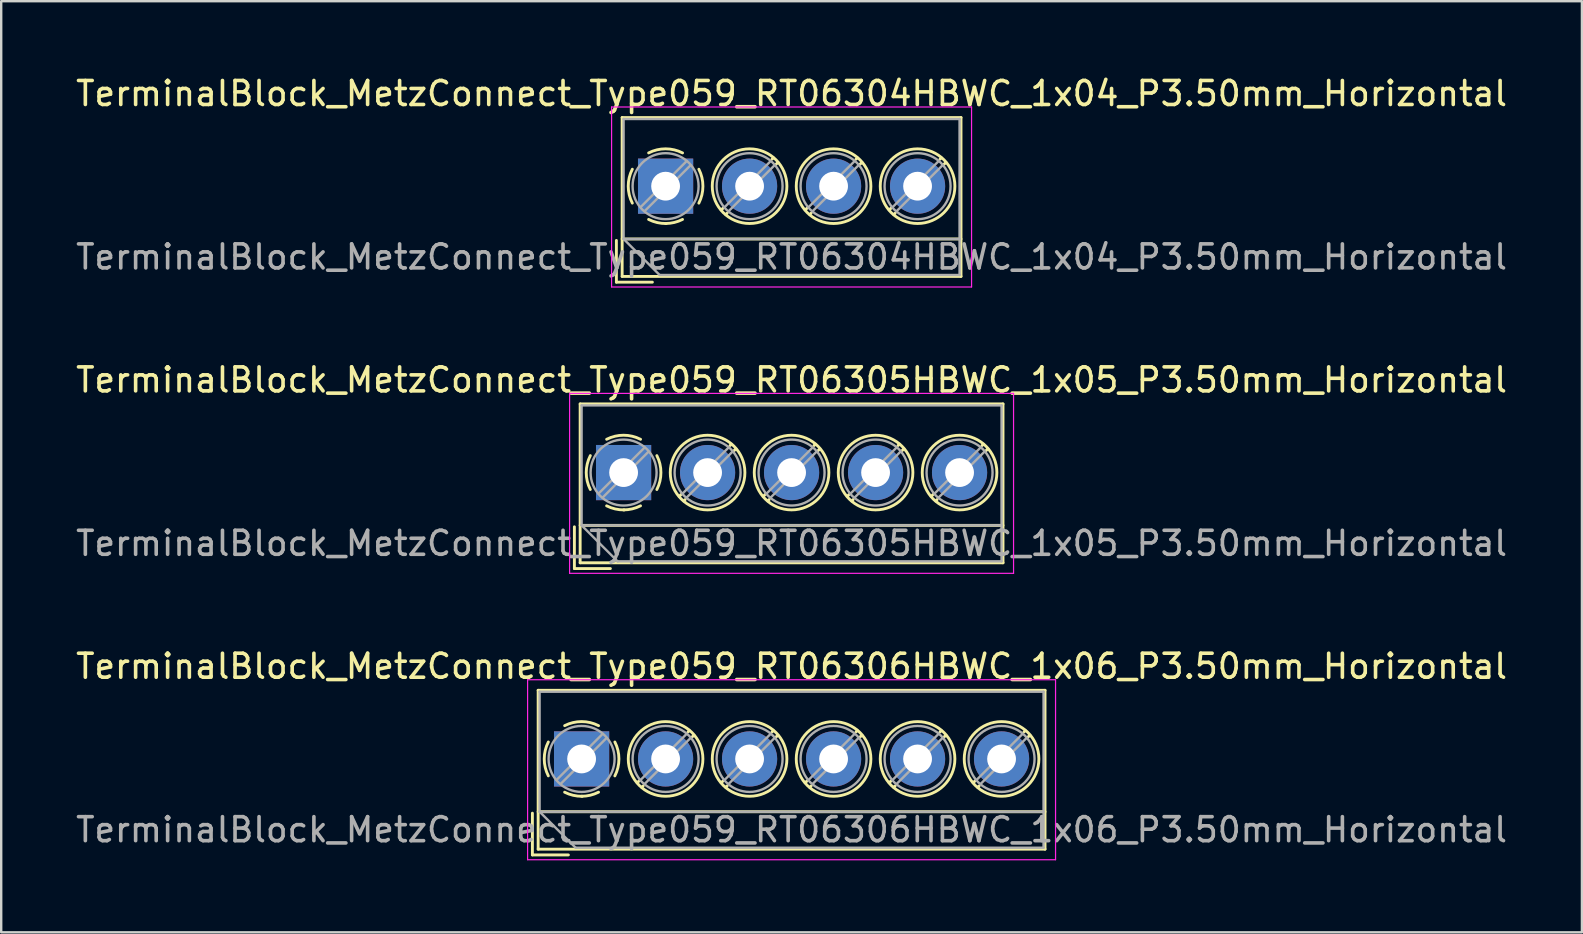
<source format=kicad_pcb>
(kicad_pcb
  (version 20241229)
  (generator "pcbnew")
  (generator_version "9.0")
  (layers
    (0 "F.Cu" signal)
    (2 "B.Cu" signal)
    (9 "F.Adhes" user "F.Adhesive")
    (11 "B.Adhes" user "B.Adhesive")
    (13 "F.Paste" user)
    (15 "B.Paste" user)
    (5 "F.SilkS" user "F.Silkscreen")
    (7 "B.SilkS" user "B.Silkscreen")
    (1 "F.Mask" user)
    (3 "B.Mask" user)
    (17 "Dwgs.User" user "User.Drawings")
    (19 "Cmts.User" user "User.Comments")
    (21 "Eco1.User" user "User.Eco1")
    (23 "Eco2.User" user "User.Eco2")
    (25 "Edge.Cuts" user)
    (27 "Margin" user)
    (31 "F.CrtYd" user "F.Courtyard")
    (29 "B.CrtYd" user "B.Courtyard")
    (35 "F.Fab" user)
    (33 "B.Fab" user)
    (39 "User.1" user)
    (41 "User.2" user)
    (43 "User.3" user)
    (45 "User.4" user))
  (footprint "TerminalBlock_MetzConnect_Type059_RT06306HBWC_1x06_P3.50mm_Horizontal"
    (layer "F.Cu")
    (at 21.185 28.575)
    (property "Reference" "TerminalBlock_MetzConnect_Type059_RT06306HBWC_1x06_P3.50mm_Horizontal" (at 8.75 -3.86 0) (layer "F.SilkS") (effects (font (size 1 1) (thickness 0.15))))
    (attr through_hole)
    (fp_line (start -2.05 2.26) (end -2.05 4) (stroke (width 0.12) (type solid)) (layer "F.SilkS"))
    (fp_line (start -2.05 4) (end -0.55 4) (stroke (width 0.12) (type solid)) (layer "F.SilkS"))
    (fp_line (start -1.81 -2.86) (end -1.81 3.76) (stroke (width 0.12) (type solid)) (layer "F.SilkS"))
    (fp_line (start -1.81 -2.86) (end 19.311 -2.86) (stroke (width 0.12) (type solid)) (layer "F.SilkS"))
    (fp_line (start -1.81 2.2) (end 19.311 2.2) (stroke (width 0.12) (type solid)) (layer "F.SilkS"))
    (fp_line (start -1.81 3.76) (end 19.311 3.76) (stroke (width 0.12) (type solid)) (layer "F.SilkS"))
    (fp_line (start 2.397 0.914) (end 2.321 0.99) (stroke (width 0.12) (type solid)) (layer "F.SilkS"))
    (fp_line (start 2.565 1.125) (end 2.511 1.18) (stroke (width 0.12) (type solid)) (layer "F.SilkS"))
    (fp_line (start 4.49 -1.18) (end 4.436 -1.126) (stroke (width 0.12) (type solid)) (layer "F.SilkS"))
    (fp_line (start 4.68 -0.99) (end 4.604 -0.914) (stroke (width 0.12) (type solid)) (layer "F.SilkS"))
    (fp_line (start 5.897 0.914) (end 5.821 0.99) (stroke (width 0.12) (type solid)) (layer "F.SilkS"))
    (fp_line (start 6.065 1.125) (end 6.011 1.18) (stroke (width 0.12) (type solid)) (layer "F.SilkS"))
    (fp_line (start 7.99 -1.18) (end 7.936 -1.126) (stroke (width 0.12) (type solid)) (layer "F.SilkS"))
    (fp_line (start 8.18 -0.99) (end 8.104 -0.914) (stroke (width 0.12) (type solid)) (layer "F.SilkS"))
    (fp_line (start 9.397 0.914) (end 9.321 0.99) (stroke (width 0.12) (type solid)) (layer "F.SilkS"))
    (fp_line (start 9.565 1.125) (end 9.511 1.18) (stroke (width 0.12) (type solid)) (layer "F.SilkS"))
    (fp_line (start 11.49 -1.18) (end 11.436 -1.126) (stroke (width 0.12) (type solid)) (layer "F.SilkS"))
    (fp_line (start 11.68 -0.99) (end 11.604 -0.914) (stroke (width 0.12) (type solid)) (layer "F.SilkS"))
    (fp_line (start 12.897 0.914) (end 12.821 0.99) (stroke (width 0.12) (type solid)) (layer "F.SilkS"))
    (fp_line (start 13.065 1.125) (end 13.011 1.18) (stroke (width 0.12) (type solid)) (layer "F.SilkS"))
    (fp_line (start 14.99 -1.18) (end 14.936 -1.126) (stroke (width 0.12) (type solid)) (layer "F.SilkS"))
    (fp_line (start 15.18 -0.99) (end 15.104 -0.914) (stroke (width 0.12) (type solid)) (layer "F.SilkS"))
    (fp_line (start 16.397 0.914) (end 16.321 0.99) (stroke (width 0.12) (type solid)) (layer "F.SilkS"))
    (fp_line (start 16.565 1.125) (end 16.511 1.18) (stroke (width 0.12) (type solid)) (layer "F.SilkS"))
    (fp_line (start 18.49 -1.18) (end 18.436 -1.126) (stroke (width 0.12) (type solid)) (layer "F.SilkS"))
    (fp_line (start 18.68 -0.99) (end 18.604 -0.914) (stroke (width 0.12) (type solid)) (layer "F.SilkS"))
    (fp_line (start 19.311 -2.86) (end 19.311 3.76) (stroke (width 0.12) (type solid)) (layer "F.SilkS"))
    (fp_arc (start -1.386645 0.705733) (mid -1.555906 -0.000711) (end -1.386 -0.707) (stroke (width 0.12) (type solid)) (layer "F.SilkS"))
    (fp_arc (start -0.705733 -1.386645) (mid 0.000711 -1.555906) (end 0.707 -1.386) (stroke (width 0.12) (type solid)) (layer "F.SilkS"))
    (fp_arc (start 0.026444 1.555682) (mid -0.350695 1.515869) (end -0.707 1.386) (stroke (width 0.12) (type solid)) (layer "F.SilkS"))
    (fp_arc (start 0.705955 1.385515) (mid 0.363007 1.512035) (end 0 1.555) (stroke (width 0.12) (type solid)) (layer "F.SilkS"))
    (fp_arc (start 1.386645 -0.705733) (mid 1.555906 0.000711) (end 1.386 0.707) (stroke (width 0.12) (type solid)) (layer "F.SilkS"))
    (fp_circle (center 3.5 0) (end 5.055 0) (stroke (width 0.12) (type solid)) (fill no) (layer "F.SilkS"))
    (fp_circle (center 7 0) (end 8.555 0) (stroke (width 0.12) (type solid)) (fill no) (layer "F.SilkS"))
    (fp_circle (center 10.5 0) (end 12.055 0) (stroke (width 0.12) (type solid)) (fill no) (layer "F.SilkS"))
    (fp_circle (center 14 0) (end 15.555 0) (stroke (width 0.12) (type solid)) (fill no) (layer "F.SilkS"))
    (fp_circle (center 17.5 0) (end 19.055 0) (stroke (width 0.12) (type solid)) (fill no) (layer "F.SilkS"))
    (fp_line (start -2.25 -3.3) (end -2.25 4.2) (stroke (width 0.05) (type solid)) (layer "F.CrtYd"))
    (fp_line (start -2.25 4.2) (end 19.75 4.2) (stroke (width 0.05) (type solid)) (layer "F.CrtYd"))
    (fp_line (start 19.75 -3.3) (end -2.25 -3.3) (stroke (width 0.05) (type solid)) (layer "F.CrtYd"))
    (fp_line (start 19.75 4.2) (end 19.75 -3.3) (stroke (width 0.05) (type solid)) (layer "F.CrtYd"))
    (fp_line (start -1.75 -2.8) (end 19.25 -2.8) (stroke (width 0.1) (type solid)) (layer "F.Fab"))
    (fp_line (start -1.75 2.2) (end -1.75 -2.8) (stroke (width 0.1) (type solid)) (layer "F.Fab"))
    (fp_line (start -1.75 2.2) (end 19.25 2.2) (stroke (width 0.1) (type solid)) (layer "F.Fab"))
    (fp_line (start -0.25 3.7) (end -1.75 2.2) (stroke (width 0.1) (type solid)) (layer "F.Fab"))
    (fp_line (start 0.876 -1.043) (end -1.043 0.875) (stroke (width 0.1) (type solid)) (layer "F.Fab"))
    (fp_line (start 1.043 -0.875) (end -0.876 1.043) (stroke (width 0.1) (type solid)) (layer "F.Fab"))
    (fp_line (start 4.376 -1.043) (end 2.458 0.875) (stroke (width 0.1) (type solid)) (layer "F.Fab"))
    (fp_line (start 4.543 -0.875) (end 2.625 1.043) (stroke (width 0.1) (type solid)) (layer "F.Fab"))
    (fp_line (start 7.876 -1.043) (end 5.958 0.875) (stroke (width 0.1) (type solid)) (layer "F.Fab"))
    (fp_line (start 8.043 -0.875) (end 6.125 1.043) (stroke (width 0.1) (type solid)) (layer "F.Fab"))
    (fp_line (start 11.376 -1.043) (end 9.458 0.875) (stroke (width 0.1) (type solid)) (layer "F.Fab"))
    (fp_line (start 11.543 -0.875) (end 9.625 1.043) (stroke (width 0.1) (type solid)) (layer "F.Fab"))
    (fp_line (start 14.876 -1.043) (end 12.958 0.875) (stroke (width 0.1) (type solid)) (layer "F.Fab"))
    (fp_line (start 15.043 -0.875) (end 13.125 1.043) (stroke (width 0.1) (type solid)) (layer "F.Fab"))
    (fp_line (start 18.376 -1.043) (end 16.458 0.875) (stroke (width 0.1) (type solid)) (layer "F.Fab"))
    (fp_line (start 18.543 -0.875) (end 16.625 1.043) (stroke (width 0.1) (type solid)) (layer "F.Fab"))
    (fp_line (start 19.25 -2.8) (end 19.25 3.7) (stroke (width 0.1) (type solid)) (layer "F.Fab"))
    (fp_line (start 19.25 3.7) (end -0.25 3.7) (stroke (width 0.1) (type solid)) (layer "F.Fab"))
    (fp_circle (center 0 0) (end 1.375 0) (stroke (width 0.1) (type solid)) (fill no) (layer "F.Fab"))
    (fp_circle (center 3.5 0) (end 4.875 0) (stroke (width 0.1) (type solid)) (fill no) (layer "F.Fab"))
    (fp_circle (center 7 0) (end 8.375 0) (stroke (width 0.1) (type solid)) (fill no) (layer "F.Fab"))
    (fp_circle (center 10.5 0) (end 11.875 0) (stroke (width 0.1) (type solid)) (fill no) (layer "F.Fab"))
    (fp_circle (center 14 0) (end 15.375 0) (stroke (width 0.1) (type solid)) (fill no) (layer "F.Fab"))
    (fp_circle (center 17.5 0) (end 18.875 0) (stroke (width 0.1) (type solid)) (fill no) (layer "F.Fab"))
    (fp_text user "${REFERENCE}" (at 8.75 2.95 0) (layer "F.Fab") (effects (font (size 1 1) (thickness 0.15))))
    (pad "1" thru_hole rect (at 0 0) (size 2.3 2.3) (drill 1.2) (layers "*.Cu" "*.Mask"))
    (pad "2" thru_hole circle (at 3.5 0) (size 2.3 2.3) (drill 1.2) (layers "*.Cu" "*.Mask"))
    (pad "3" thru_hole circle (at 7 0) (size 2.3 2.3) (drill 1.2) (layers "*.Cu" "*.Mask"))
    (pad "4" thru_hole circle (at 10.5 0) (size 2.3 2.3) (drill 1.2) (layers "*.Cu" "*.Mask"))
    (pad "5" thru_hole circle (at 14 0) (size 2.3 2.3) (drill 1.2) (layers "*.Cu" "*.Mask"))
    (pad "6" thru_hole circle (at 17.5 0) (size 2.3 2.3) (drill 1.2) (layers "*.Cu" "*.Mask")))
  (footprint "TerminalBlock_MetzConnect_Type059_RT06305HBWC_1x05_P3.50mm_Horizontal"
    (layer "F.Cu")
    (at 22.935 16.642)
    (property "Reference" "TerminalBlock_MetzConnect_Type059_RT06305HBWC_1x05_P3.50mm_Horizontal" (at 7 -3.86 0) (layer "F.SilkS") (effects (font (size 1 1) (thickness 0.15))))
    (attr through_hole)
    (fp_line (start -2.05 2.26) (end -2.05 4) (stroke (width 0.12) (type solid)) (layer "F.SilkS"))
    (fp_line (start -2.05 4) (end -0.55 4) (stroke (width 0.12) (type solid)) (layer "F.SilkS"))
    (fp_line (start -1.81 -2.86) (end -1.81 3.76) (stroke (width 0.12) (type solid)) (layer "F.SilkS"))
    (fp_line (start -1.81 -2.86) (end 15.81 -2.86) (stroke (width 0.12) (type solid)) (layer "F.SilkS"))
    (fp_line (start -1.81 2.2) (end 15.81 2.2) (stroke (width 0.12) (type solid)) (layer "F.SilkS"))
    (fp_line (start -1.81 3.76) (end 15.81 3.76) (stroke (width 0.12) (type solid)) (layer "F.SilkS"))
    (fp_line (start 2.397 0.914) (end 2.321 0.99) (stroke (width 0.12) (type solid)) (layer "F.SilkS"))
    (fp_line (start 2.565 1.125) (end 2.511 1.18) (stroke (width 0.12) (type solid)) (layer "F.SilkS"))
    (fp_line (start 4.49 -1.18) (end 4.436 -1.126) (stroke (width 0.12) (type solid)) (layer "F.SilkS"))
    (fp_line (start 4.68 -0.99) (end 4.604 -0.914) (stroke (width 0.12) (type solid)) (layer "F.SilkS"))
    (fp_line (start 5.897 0.914) (end 5.821 0.99) (stroke (width 0.12) (type solid)) (layer "F.SilkS"))
    (fp_line (start 6.065 1.125) (end 6.011 1.18) (stroke (width 0.12) (type solid)) (layer "F.SilkS"))
    (fp_line (start 7.99 -1.18) (end 7.936 -1.126) (stroke (width 0.12) (type solid)) (layer "F.SilkS"))
    (fp_line (start 8.18 -0.99) (end 8.104 -0.914) (stroke (width 0.12) (type solid)) (layer "F.SilkS"))
    (fp_line (start 9.397 0.914) (end 9.321 0.99) (stroke (width 0.12) (type solid)) (layer "F.SilkS"))
    (fp_line (start 9.565 1.125) (end 9.511 1.18) (stroke (width 0.12) (type solid)) (layer "F.SilkS"))
    (fp_line (start 11.49 -1.18) (end 11.436 -1.126) (stroke (width 0.12) (type solid)) (layer "F.SilkS"))
    (fp_line (start 11.68 -0.99) (end 11.604 -0.914) (stroke (width 0.12) (type solid)) (layer "F.SilkS"))
    (fp_line (start 12.897 0.914) (end 12.821 0.99) (stroke (width 0.12) (type solid)) (layer "F.SilkS"))
    (fp_line (start 13.065 1.125) (end 13.011 1.18) (stroke (width 0.12) (type solid)) (layer "F.SilkS"))
    (fp_line (start 14.99 -1.18) (end 14.936 -1.126) (stroke (width 0.12) (type solid)) (layer "F.SilkS"))
    (fp_line (start 15.18 -0.99) (end 15.104 -0.914) (stroke (width 0.12) (type solid)) (layer "F.SilkS"))
    (fp_line (start 15.81 -2.86) (end 15.81 3.76) (stroke (width 0.12) (type solid)) (layer "F.SilkS"))
    (fp_arc (start -1.386645 0.705733) (mid -1.555906 -0.000711) (end -1.386 -0.707) (stroke (width 0.12) (type solid)) (layer "F.SilkS"))
    (fp_arc (start -0.705733 -1.386645) (mid 0.000711 -1.555906) (end 0.707 -1.386) (stroke (width 0.12) (type solid)) (layer "F.SilkS"))
    (fp_arc (start 0.026444 1.555682) (mid -0.350695 1.515869) (end -0.707 1.386) (stroke (width 0.12) (type solid)) (layer "F.SilkS"))
    (fp_arc (start 0.705955 1.385515) (mid 0.363007 1.512035) (end 0 1.555) (stroke (width 0.12) (type solid)) (layer "F.SilkS"))
    (fp_arc (start 1.386645 -0.705733) (mid 1.555906 0.000711) (end 1.386 0.707) (stroke (width 0.12) (type solid)) (layer "F.SilkS"))
    (fp_circle (center 3.5 0) (end 5.055 0) (stroke (width 0.12) (type solid)) (fill no) (layer "F.SilkS"))
    (fp_circle (center 7 0) (end 8.555 0) (stroke (width 0.12) (type solid)) (fill no) (layer "F.SilkS"))
    (fp_circle (center 10.5 0) (end 12.055 0) (stroke (width 0.12) (type solid)) (fill no) (layer "F.SilkS"))
    (fp_circle (center 14 0) (end 15.555 0) (stroke (width 0.12) (type solid)) (fill no) (layer "F.SilkS"))
    (fp_line (start -2.25 -3.3) (end -2.25 4.2) (stroke (width 0.05) (type solid)) (layer "F.CrtYd"))
    (fp_line (start -2.25 4.2) (end 16.25 4.2) (stroke (width 0.05) (type solid)) (layer "F.CrtYd"))
    (fp_line (start 16.25 -3.3) (end -2.25 -3.3) (stroke (width 0.05) (type solid)) (layer "F.CrtYd"))
    (fp_line (start 16.25 4.2) (end 16.25 -3.3) (stroke (width 0.05) (type solid)) (layer "F.CrtYd"))
    (fp_line (start -1.75 -2.8) (end 15.75 -2.8) (stroke (width 0.1) (type solid)) (layer "F.Fab"))
    (fp_line (start -1.75 2.2) (end -1.75 -2.8) (stroke (width 0.1) (type solid)) (layer "F.Fab"))
    (fp_line (start -1.75 2.2) (end 15.75 2.2) (stroke (width 0.1) (type solid)) (layer "F.Fab"))
    (fp_line (start -0.25 3.7) (end -1.75 2.2) (stroke (width 0.1) (type solid)) (layer "F.Fab"))
    (fp_line (start 0.876 -1.043) (end -1.043 0.875) (stroke (width 0.1) (type solid)) (layer "F.Fab"))
    (fp_line (start 1.043 -0.875) (end -0.876 1.043) (stroke (width 0.1) (type solid)) (layer "F.Fab"))
    (fp_line (start 4.376 -1.043) (end 2.458 0.875) (stroke (width 0.1) (type solid)) (layer "F.Fab"))
    (fp_line (start 4.543 -0.875) (end 2.625 1.043) (stroke (width 0.1) (type solid)) (layer "F.Fab"))
    (fp_line (start 7.876 -1.043) (end 5.958 0.875) (stroke (width 0.1) (type solid)) (layer "F.Fab"))
    (fp_line (start 8.043 -0.875) (end 6.125 1.043) (stroke (width 0.1) (type solid)) (layer "F.Fab"))
    (fp_line (start 11.376 -1.043) (end 9.458 0.875) (stroke (width 0.1) (type solid)) (layer "F.Fab"))
    (fp_line (start 11.543 -0.875) (end 9.625 1.043) (stroke (width 0.1) (type solid)) (layer "F.Fab"))
    (fp_line (start 14.876 -1.043) (end 12.958 0.875) (stroke (width 0.1) (type solid)) (layer "F.Fab"))
    (fp_line (start 15.043 -0.875) (end 13.125 1.043) (stroke (width 0.1) (type solid)) (layer "F.Fab"))
    (fp_line (start 15.75 -2.8) (end 15.75 3.7) (stroke (width 0.1) (type solid)) (layer "F.Fab"))
    (fp_line (start 15.75 3.7) (end -0.25 3.7) (stroke (width 0.1) (type solid)) (layer "F.Fab"))
    (fp_circle (center 0 0) (end 1.375 0) (stroke (width 0.1) (type solid)) (fill no) (layer "F.Fab"))
    (fp_circle (center 3.5 0) (end 4.875 0) (stroke (width 0.1) (type solid)) (fill no) (layer "F.Fab"))
    (fp_circle (center 7 0) (end 8.375 0) (stroke (width 0.1) (type solid)) (fill no) (layer "F.Fab"))
    (fp_circle (center 10.5 0) (end 11.875 0) (stroke (width 0.1) (type solid)) (fill no) (layer "F.Fab"))
    (fp_circle (center 14 0) (end 15.375 0) (stroke (width 0.1) (type solid)) (fill no) (layer "F.Fab"))
    (fp_text user "${REFERENCE}" (at 7 2.95 0) (layer "F.Fab") (effects (font (size 1 1) (thickness 0.15))))
    (pad "1" thru_hole rect (at 0 0) (size 2.3 2.3) (drill 1.2) (layers "*.Cu" "*.Mask"))
    (pad "2" thru_hole circle (at 3.5 0) (size 2.3 2.3) (drill 1.2) (layers "*.Cu" "*.Mask"))
    (pad "3" thru_hole circle (at 7 0) (size 2.3 2.3) (drill 1.2) (layers "*.Cu" "*.Mask"))
    (pad "4" thru_hole circle (at 10.5 0) (size 2.3 2.3) (drill 1.2) (layers "*.Cu" "*.Mask"))
    (pad "5" thru_hole circle (at 14 0) (size 2.3 2.3) (drill 1.2) (layers "*.Cu" "*.Mask")))
  (footprint "TerminalBlock_MetzConnect_Type059_RT06304HBWC_1x04_P3.50mm_Horizontal"
    (layer "F.Cu")
    (at 24.685 4.708)
    (property "Reference" "TerminalBlock_MetzConnect_Type059_RT06304HBWC_1x04_P3.50mm_Horizontal" (at 5.25 -3.86 0) (layer "F.SilkS") (effects (font (size 1 1) (thickness 0.15))))
    (attr through_hole)
    (fp_line (start -2.05 2.26) (end -2.05 4) (stroke (width 0.12) (type solid)) (layer "F.SilkS"))
    (fp_line (start -2.05 4) (end -0.55 4) (stroke (width 0.12) (type solid)) (layer "F.SilkS"))
    (fp_line (start -1.81 -2.86) (end -1.81 3.76) (stroke (width 0.12) (type solid)) (layer "F.SilkS"))
    (fp_line (start -1.81 -2.86) (end 12.31 -2.86) (stroke (width 0.12) (type solid)) (layer "F.SilkS"))
    (fp_line (start -1.81 2.2) (end 12.31 2.2) (stroke (width 0.12) (type solid)) (layer "F.SilkS"))
    (fp_line (start -1.81 3.76) (end 12.31 3.76) (stroke (width 0.12) (type solid)) (layer "F.SilkS"))
    (fp_line (start 2.397 0.914) (end 2.321 0.99) (stroke (width 0.12) (type solid)) (layer "F.SilkS"))
    (fp_line (start 2.565 1.125) (end 2.511 1.18) (stroke (width 0.12) (type solid)) (layer "F.SilkS"))
    (fp_line (start 4.49 -1.18) (end 4.436 -1.126) (stroke (width 0.12) (type solid)) (layer "F.SilkS"))
    (fp_line (start 4.68 -0.99) (end 4.604 -0.914) (stroke (width 0.12) (type solid)) (layer "F.SilkS"))
    (fp_line (start 5.897 0.914) (end 5.821 0.99) (stroke (width 0.12) (type solid)) (layer "F.SilkS"))
    (fp_line (start 6.065 1.125) (end 6.011 1.18) (stroke (width 0.12) (type solid)) (layer "F.SilkS"))
    (fp_line (start 7.99 -1.18) (end 7.936 -1.126) (stroke (width 0.12) (type solid)) (layer "F.SilkS"))
    (fp_line (start 8.18 -0.99) (end 8.104 -0.914) (stroke (width 0.12) (type solid)) (layer "F.SilkS"))
    (fp_line (start 9.397 0.914) (end 9.321 0.99) (stroke (width 0.12) (type solid)) (layer "F.SilkS"))
    (fp_line (start 9.565 1.125) (end 9.511 1.18) (stroke (width 0.12) (type solid)) (layer "F.SilkS"))
    (fp_line (start 11.49 -1.18) (end 11.436 -1.126) (stroke (width 0.12) (type solid)) (layer "F.SilkS"))
    (fp_line (start 11.68 -0.99) (end 11.604 -0.914) (stroke (width 0.12) (type solid)) (layer "F.SilkS"))
    (fp_line (start 12.31 -2.86) (end 12.31 3.76) (stroke (width 0.12) (type solid)) (layer "F.SilkS"))
    (fp_arc (start -1.386645 0.705733) (mid -1.555906 -0.000711) (end -1.386 -0.707) (stroke (width 0.12) (type solid)) (layer "F.SilkS"))
    (fp_arc (start -0.705733 -1.386645) (mid 0.000711 -1.555906) (end 0.707 -1.386) (stroke (width 0.12) (type solid)) (layer "F.SilkS"))
    (fp_arc (start 0.026444 1.555682) (mid -0.350695 1.515869) (end -0.707 1.386) (stroke (width 0.12) (type solid)) (layer "F.SilkS"))
    (fp_arc (start 0.705955 1.385515) (mid 0.363007 1.512035) (end 0 1.555) (stroke (width 0.12) (type solid)) (layer "F.SilkS"))
    (fp_arc (start 1.386645 -0.705733) (mid 1.555906 0.000711) (end 1.386 0.707) (stroke (width 0.12) (type solid)) (layer "F.SilkS"))
    (fp_circle (center 3.5 0) (end 5.055 0) (stroke (width 0.12) (type solid)) (fill no) (layer "F.SilkS"))
    (fp_circle (center 7 0) (end 8.555 0) (stroke (width 0.12) (type solid)) (fill no) (layer "F.SilkS"))
    (fp_circle (center 10.5 0) (end 12.055 0) (stroke (width 0.12) (type solid)) (fill no) (layer "F.SilkS"))
    (fp_line (start -2.25 -3.3) (end -2.25 4.2) (stroke (width 0.05) (type solid)) (layer "F.CrtYd"))
    (fp_line (start -2.25 4.2) (end 12.75 4.2) (stroke (width 0.05) (type solid)) (layer "F.CrtYd"))
    (fp_line (start 12.75 -3.3) (end -2.25 -3.3) (stroke (width 0.05) (type solid)) (layer "F.CrtYd"))
    (fp_line (start 12.75 4.2) (end 12.75 -3.3) (stroke (width 0.05) (type solid)) (layer "F.CrtYd"))
    (fp_line (start -1.75 -2.8) (end 12.25 -2.8) (stroke (width 0.1) (type solid)) (layer "F.Fab"))
    (fp_line (start -1.75 2.2) (end -1.75 -2.8) (stroke (width 0.1) (type solid)) (layer "F.Fab"))
    (fp_line (start -1.75 2.2) (end 12.25 2.2) (stroke (width 0.1) (type solid)) (layer "F.Fab"))
    (fp_line (start -0.25 3.7) (end -1.75 2.2) (stroke (width 0.1) (type solid)) (layer "F.Fab"))
    (fp_line (start 0.876 -1.043) (end -1.043 0.875) (stroke (width 0.1) (type solid)) (layer "F.Fab"))
    (fp_line (start 1.043 -0.875) (end -0.876 1.043) (stroke (width 0.1) (type solid)) (layer "F.Fab"))
    (fp_line (start 4.376 -1.043) (end 2.458 0.875) (stroke (width 0.1) (type solid)) (layer "F.Fab"))
    (fp_line (start 4.543 -0.875) (end 2.625 1.043) (stroke (width 0.1) (type solid)) (layer "F.Fab"))
    (fp_line (start 7.876 -1.043) (end 5.958 0.875) (stroke (width 0.1) (type solid)) (layer "F.Fab"))
    (fp_line (start 8.043 -0.875) (end 6.125 1.043) (stroke (width 0.1) (type solid)) (layer "F.Fab"))
    (fp_line (start 11.376 -1.043) (end 9.458 0.875) (stroke (width 0.1) (type solid)) (layer "F.Fab"))
    (fp_line (start 11.543 -0.875) (end 9.625 1.043) (stroke (width 0.1) (type solid)) (layer "F.Fab"))
    (fp_line (start 12.25 -2.8) (end 12.25 3.7) (stroke (width 0.1) (type solid)) (layer "F.Fab"))
    (fp_line (start 12.25 3.7) (end -0.25 3.7) (stroke (width 0.1) (type solid)) (layer "F.Fab"))
    (fp_circle (center 0 0) (end 1.375 0) (stroke (width 0.1) (type solid)) (fill no) (layer "F.Fab"))
    (fp_circle (center 3.5 0) (end 4.875 0) (stroke (width 0.1) (type solid)) (fill no) (layer "F.Fab"))
    (fp_circle (center 7 0) (end 8.375 0) (stroke (width 0.1) (type solid)) (fill no) (layer "F.Fab"))
    (fp_circle (center 10.5 0) (end 11.875 0) (stroke (width 0.1) (type solid)) (fill no) (layer "F.Fab"))
    (fp_text user "${REFERENCE}" (at 5.25 2.95 0) (layer "F.Fab") (effects (font (size 1 1) (thickness 0.15))))
    (pad "1" thru_hole rect (at 0 0) (size 2.3 2.3) (drill 1.2) (layers "*.Cu" "*.Mask"))
    (pad "2" thru_hole circle (at 3.5 0) (size 2.3 2.3) (drill 1.2) (layers "*.Cu" "*.Mask"))
    (pad "3" thru_hole circle (at 7 0) (size 2.3 2.3) (drill 1.2) (layers "*.Cu" "*.Mask"))
    (pad "4" thru_hole circle (at 10.5 0) (size 2.3 2.3) (drill 1.2) (layers "*.Cu" "*.Mask")))
  (gr_rect
    (start -3 -3)
    (end 62.869 35.8)
    (stroke (width 0.1) (type default))
    (fill no)
    (layer "Edge.Cuts")))
</source>
